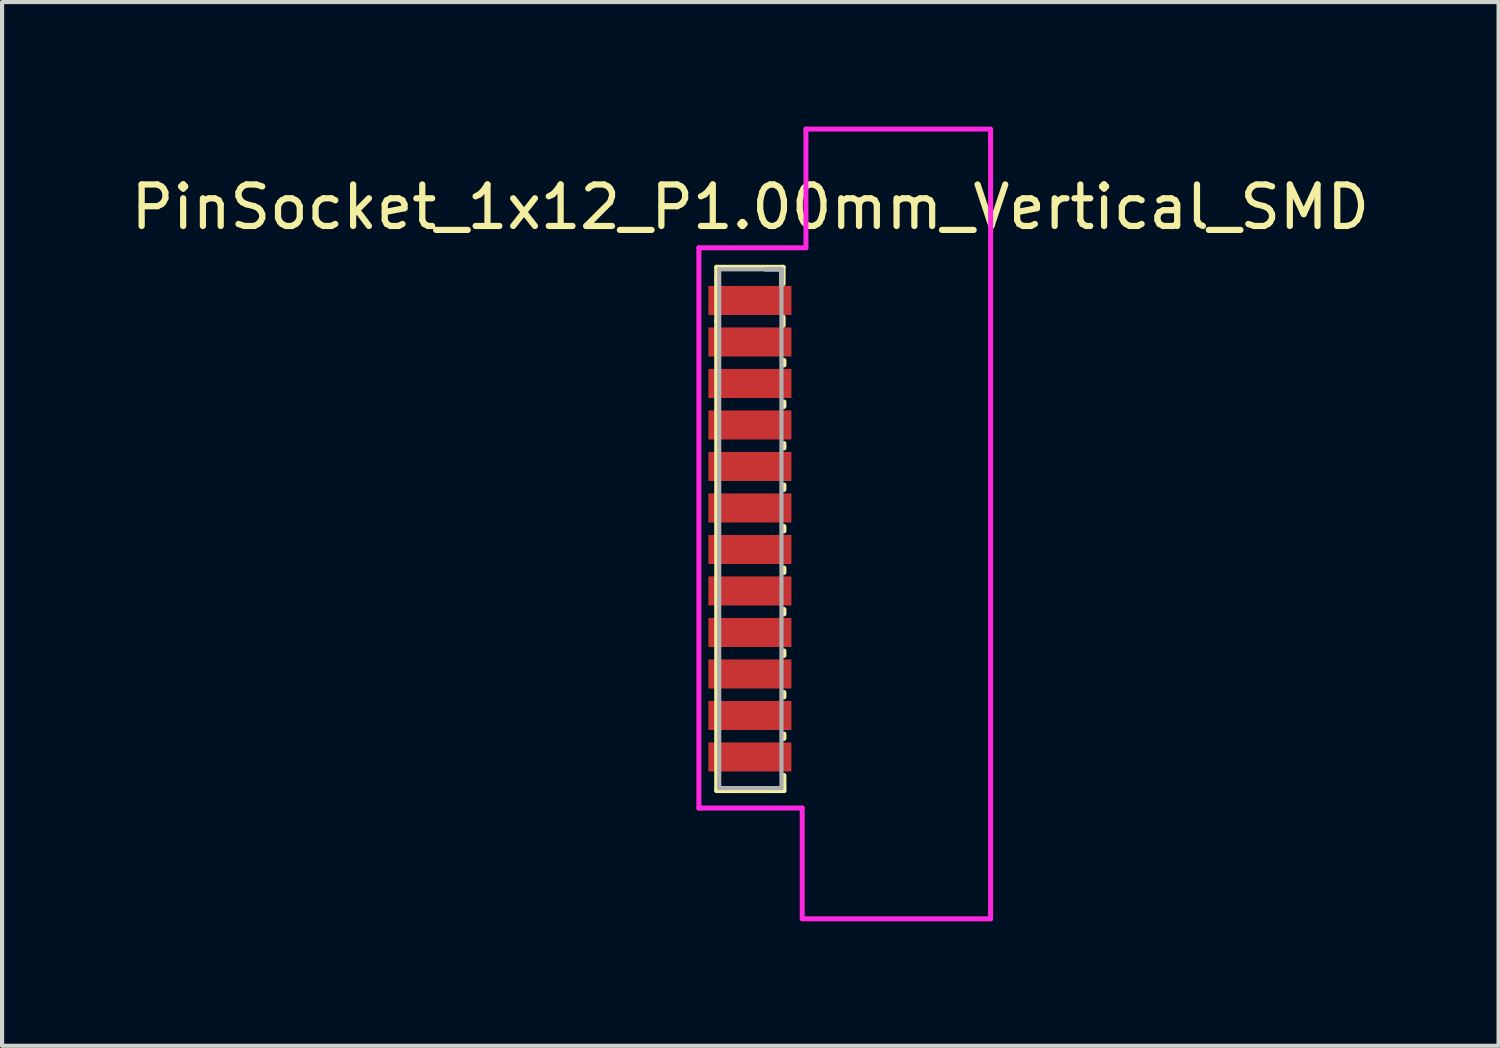
<source format=kicad_pcb>
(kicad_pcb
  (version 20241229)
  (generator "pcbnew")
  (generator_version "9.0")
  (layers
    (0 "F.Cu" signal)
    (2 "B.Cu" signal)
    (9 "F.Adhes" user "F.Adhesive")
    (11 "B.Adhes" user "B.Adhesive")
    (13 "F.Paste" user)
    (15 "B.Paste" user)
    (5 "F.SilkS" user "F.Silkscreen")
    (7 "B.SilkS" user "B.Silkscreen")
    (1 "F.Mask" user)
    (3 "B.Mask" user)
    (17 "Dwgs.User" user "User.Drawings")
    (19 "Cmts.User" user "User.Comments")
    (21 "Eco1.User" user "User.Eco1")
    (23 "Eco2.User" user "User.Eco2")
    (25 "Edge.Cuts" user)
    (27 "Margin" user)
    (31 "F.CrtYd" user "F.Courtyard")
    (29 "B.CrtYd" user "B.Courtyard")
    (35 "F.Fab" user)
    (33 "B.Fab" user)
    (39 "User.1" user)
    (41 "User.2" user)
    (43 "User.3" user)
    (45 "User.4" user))
  (footprint "PinSocket_1x12_P1.00mm_Vertical_SMD"
    (layer "F.Cu")
    (at 15.32 4.19)
    (property "Reference" "PinSocket_1x12_P1.00mm_Vertical_SMD" (at -0.29 -2.25 0) (layer "F.SilkS") (effects (font (size 1 1) (thickness 0.15))))
    (attr smd)
    (fp_line (start -1.1 -0.8) (end 0.5 -0.8) (stroke (width 0.12) (type solid)) (layer "F.SilkS"))
    (fp_line (start -1.1 -0.5) (end -1.1 -0.8) (stroke (width 0.12) (type solid)) (layer "F.SilkS"))
    (fp_line (start -1.1 0.5) (end -1.1 -0.5) (stroke (width 0.12) (type solid)) (layer "F.SilkS"))
    (fp_line (start -1.1 0.5) (end -1.1 11.81) (stroke (width 0.12) (type solid)) (layer "F.SilkS"))
    (fp_line (start -1.1 11.81) (end 0.52 11.81) (stroke (width 0.12) (type solid)) (layer "F.SilkS"))
    (fp_line (start 0.5 -0.8) (end 0.5 -0.4) (stroke (width 0.12) (type solid)) (layer "F.SilkS"))
    (fp_line (start 0.5 0.6) (end 0.5 0.4) (stroke (width 0.12) (type solid)) (layer "F.SilkS"))
    (fp_line (start 0.52 1.446) (end 0.52 1.554) (stroke (width 0.12) (type solid)) (layer "F.SilkS"))
    (fp_line (start 0.52 2.446) (end 0.52 2.554) (stroke (width 0.12) (type solid)) (layer "F.SilkS"))
    (fp_line (start 0.52 3.446) (end 0.52 3.554) (stroke (width 0.12) (type solid)) (layer "F.SilkS"))
    (fp_line (start 0.52 4.446) (end 0.52 4.554) (stroke (width 0.12) (type solid)) (layer "F.SilkS"))
    (fp_line (start 0.52 5.446) (end 0.52 5.554) (stroke (width 0.12) (type solid)) (layer "F.SilkS"))
    (fp_line (start 0.52 6.446) (end 0.52 6.554) (stroke (width 0.12) (type solid)) (layer "F.SilkS"))
    (fp_line (start 0.52 7.446) (end 0.52 7.554) (stroke (width 0.12) (type solid)) (layer "F.SilkS"))
    (fp_line (start 0.52 8.446) (end 0.52 8.554) (stroke (width 0.12) (type solid)) (layer "F.SilkS"))
    (fp_line (start 0.52 9.446) (end 0.52 9.554) (stroke (width 0.12) (type solid)) (layer "F.SilkS"))
    (fp_line (start 0.52 10.446) (end 0.52 10.554) (stroke (width 0.12) (type solid)) (layer "F.SilkS"))
    (fp_line (start 0.52 11.446) (end 0.52 11.81) (stroke (width 0.12) (type solid)) (layer "F.SilkS"))
    (fp_line (start -1.53 -1.27) (end -1.53 12.23) (stroke (width 0.12) (type solid)) (layer "F.CrtYd"))
    (fp_line (start -1.53 12.23) (end 0.96 12.23) (stroke (width 0.12) (type solid)) (layer "F.CrtYd"))
    (fp_line (start 0.96 12.23) (end 0.96 14.9) (stroke (width 0.12) (type solid)) (layer "F.CrtYd"))
    (fp_line (start 0.97 14.9) (end 5.5 14.9) (stroke (width 0.12) (type solid)) (layer "F.CrtYd"))
    (fp_line (start 1.05 -4.13) (end 1.05 -1.27) (stroke (width 0.12) (type solid)) (layer "F.CrtYd"))
    (fp_line (start 1.05 -1.27) (end -1.53 -1.27) (stroke (width 0.12) (type solid)) (layer "F.CrtYd"))
    (fp_line (start 5.5 -4.13) (end 1.05 -4.13) (stroke (width 0.12) (type solid)) (layer "F.CrtYd"))
    (fp_line (start 5.5 14.9) (end 5.5 -4.1) (stroke (width 0.12) (type solid)) (layer "F.CrtYd"))
    (fp_line (start -1.04 -0.75) (end 0.085 -0.75) (stroke (width 0.1) (type solid)) (layer "F.Fab"))
    (fp_line (start -1.04 11.75) (end -1.04 -0.75) (stroke (width 0.1) (type solid)) (layer "F.Fab"))
    (fp_line (start 0.46 -0.75) (end 0.085 -0.75) (stroke (width 0.12) (type solid)) (layer "F.Fab"))
    (fp_line (start 0.46 -0.375) (end 0.46 -0.74) (stroke (width 0.12) (type solid)) (layer "F.Fab"))
    (fp_line (start 0.46 -0.375) (end 0.46 11.75) (stroke (width 0.1) (type solid)) (layer "F.Fab"))
    (fp_line (start 0.46 11.75) (end -1.04 11.75) (stroke (width 0.1) (type solid)) (layer "F.Fab"))
    (pad "1" smd rect (at -0.3 0) (size 2 0.7) (layers "F.Cu" "F.Mask" "F.Paste"))
    (pad "2" smd rect (at -0.3 1) (size 2 0.7) (layers "F.Cu" "F.Mask" "F.Paste"))
    (pad "3" smd rect (at -0.3 2) (size 2 0.7) (layers "F.Cu" "F.Mask" "F.Paste"))
    (pad "4" smd rect (at -0.3 3) (size 2 0.7) (layers "F.Cu" "F.Mask" "F.Paste"))
    (pad "5" smd rect (at -0.3 4) (size 2 0.7) (layers "F.Cu" "F.Mask" "F.Paste"))
    (pad "6" smd rect (at -0.3 5) (size 2 0.7) (layers "F.Cu" "F.Mask" "F.Paste"))
    (pad "7" smd rect (at -0.3 6) (size 2 0.7) (layers "F.Cu" "F.Mask" "F.Paste"))
    (pad "8" smd rect (at -0.3 7) (size 2 0.7) (layers "F.Cu" "F.Mask" "F.Paste"))
    (pad "9" smd rect (at -0.3 8) (size 2 0.7) (layers "F.Cu" "F.Mask" "F.Paste"))
    (pad "10" smd rect (at -0.3 9) (size 2 0.7) (layers "F.Cu" "F.Mask" "F.Paste"))
    (pad "11" smd rect (at -0.3 10) (size 2 0.7) (layers "F.Cu" "F.Mask" "F.Paste"))
    (pad "12" smd rect (at -0.3 11) (size 2 0.7) (layers "F.Cu" "F.Mask" "F.Paste")))
  (gr_rect
    (start -3 -3)
    (end 33.06 22.15)
    (stroke (width 0.1) (type default))
    (fill no)
    (layer "Edge.Cuts")))
</source>
